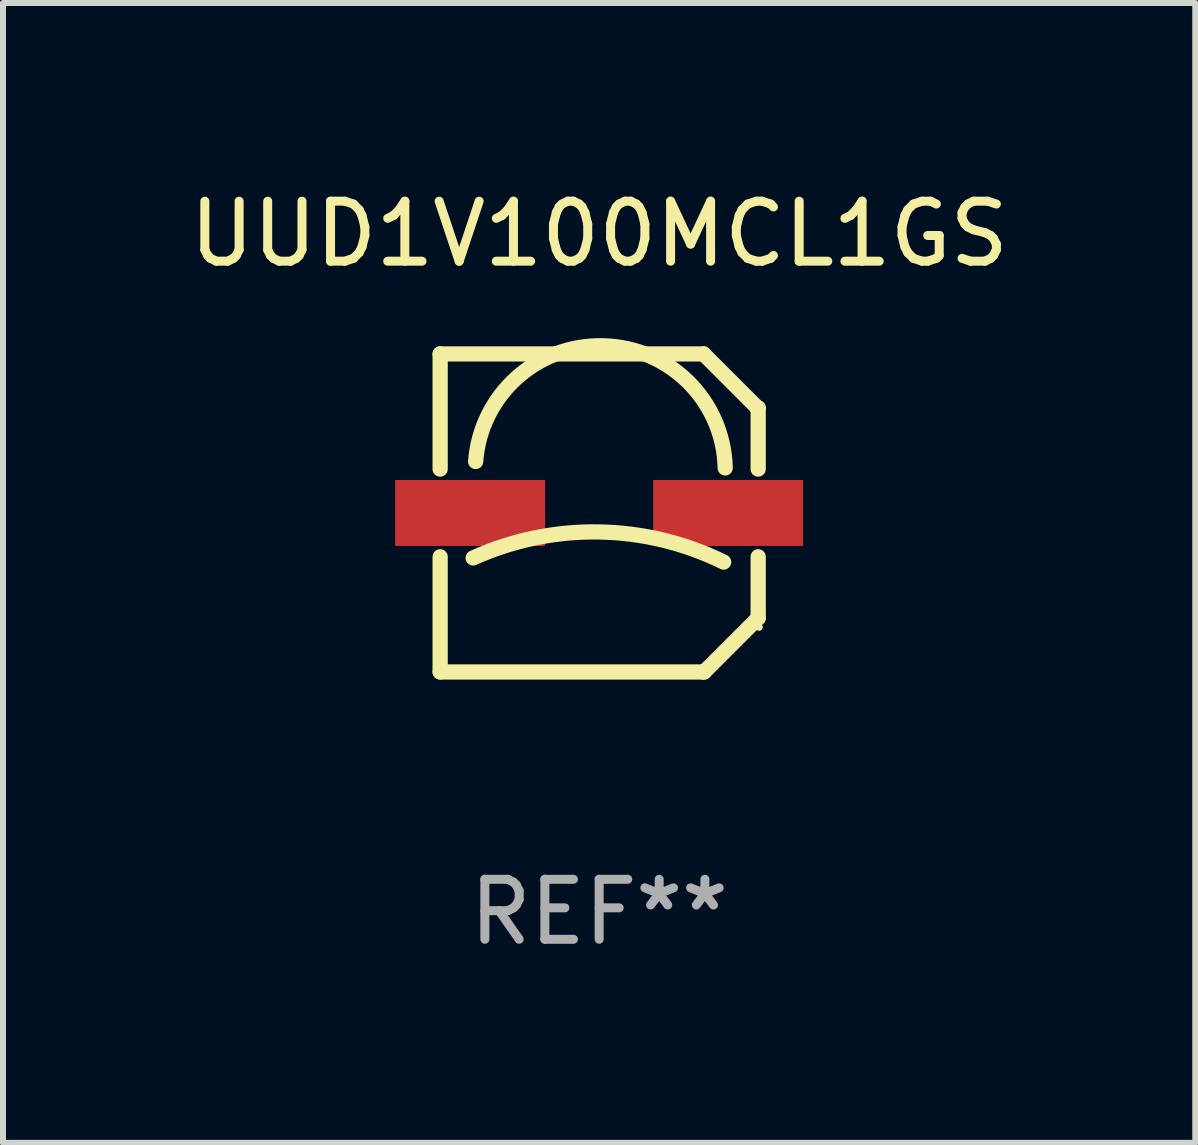
<source format=kicad_pcb>
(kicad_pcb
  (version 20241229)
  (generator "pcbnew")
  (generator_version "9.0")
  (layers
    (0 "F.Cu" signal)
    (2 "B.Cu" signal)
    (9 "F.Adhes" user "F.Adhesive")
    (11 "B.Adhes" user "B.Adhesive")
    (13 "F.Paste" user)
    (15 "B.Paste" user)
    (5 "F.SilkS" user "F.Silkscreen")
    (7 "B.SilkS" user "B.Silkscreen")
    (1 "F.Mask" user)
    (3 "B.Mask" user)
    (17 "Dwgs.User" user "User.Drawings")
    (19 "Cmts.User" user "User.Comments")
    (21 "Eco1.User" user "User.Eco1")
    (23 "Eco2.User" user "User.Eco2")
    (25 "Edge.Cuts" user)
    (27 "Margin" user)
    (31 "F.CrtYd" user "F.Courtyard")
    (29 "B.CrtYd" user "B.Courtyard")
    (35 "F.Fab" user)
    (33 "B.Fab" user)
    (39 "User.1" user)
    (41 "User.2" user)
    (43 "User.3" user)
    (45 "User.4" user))
  (footprint "UUD1V100MCL1GS"
    (layer "F.Cu")
    (at 6.935 5.498)
    (property "Reference" "UUD1V100MCL1GS" (at 0 -4.65 0) (layer "F.SilkS") (effects (font (size 1 1) (thickness 0.15))))
    (attr through_hole)
    (fp_line (start -2.65 -2.65) (end 1.74 -2.65) (stroke (width 0.254) (type solid)) (layer "F.SilkS"))
    (fp_line (start -2.65 -0.731) (end -2.65 -2.65) (stroke (width 0.254) (type solid)) (layer "F.SilkS"))
    (fp_line (start -2.65 2.65) (end -2.65 0.731) (stroke (width 0.254) (type solid)) (layer "F.SilkS"))
    (fp_line (start -2.65 2.65) (end 1.73 2.65) (stroke (width 0.254) (type solid)) (layer "F.SilkS"))
    (fp_line (start 1.73 2.65) (end 1.75 2.65) (stroke (width 0.254) (type solid)) (layer "F.SilkS"))
    (fp_line (start 1.75 2.65) (end 2.65 1.75) (stroke (width 0.254) (type solid)) (layer "F.SilkS"))
    (fp_line (start 2.64 -1.75) (end 1.74 -2.65) (stroke (width 0.254) (type solid)) (layer "F.SilkS"))
    (fp_line (start 2.65 -1.75) (end 2.64 -1.75) (stroke (width 0.254) (type solid)) (layer "F.SilkS"))
    (fp_line (start 2.65 -0.731) (end 2.65 -1.75) (stroke (width 0.254) (type solid)) (layer "F.SilkS"))
    (fp_line (start 2.65 1.75) (end 2.65 0.731) (stroke (width 0.254) (type solid)) (layer "F.SilkS"))
    (fp_arc (start -2.1 0.749886) (mid -0.005214 0.316693) (end 2.074168 0.818644) (stroke (width 0.254001) (type solid)) (layer "F.SilkS"))
    (fp_arc (start -2.058369 -0.857759) (mid 0.072137 -2.78601) (end 2.1 -0.750089) (stroke (width 0.254001) (type solid)) (layer "F.SilkS"))
    (fp_circle (center 2.667 1.905) (end 2.697 1.905) (stroke (width 0.06) (type solid)) (fill no) (layer "F.SilkS"))
    (fp_text user "REF**" (at 0 6.65 0) (layer "F.Fab") (effects (font (size 1 1) (thickness 0.15))))
    (pad "1" smd rect (at 2.15 0) (size 2.5 1.1) (layers "F.Cu" "F.Mask" "F.Paste"))
    (pad "2" smd rect (at -2.15 0) (size 2.5 1.1) (layers "F.Cu" "F.Mask" "F.Paste")))
  (gr_rect
    (start -3 -3)
    (end 16.869 15.996)
    (stroke (width 0.1) (type default))
    (fill no)
    (layer "Edge.Cuts")))
</source>
